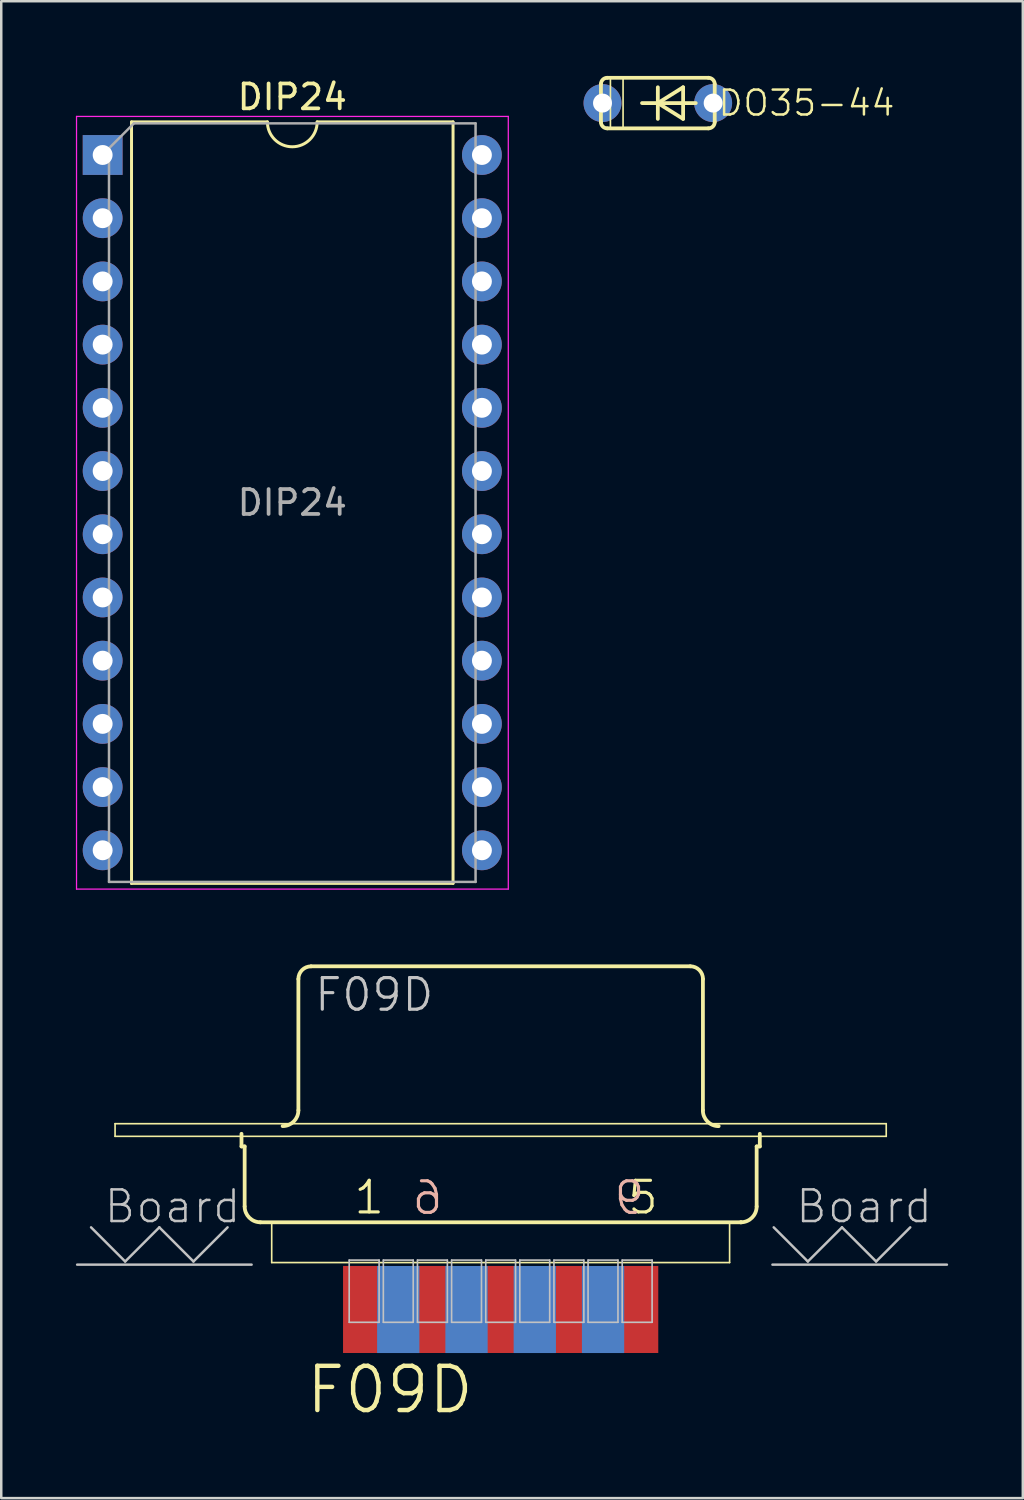
<source format=kicad_pcb>
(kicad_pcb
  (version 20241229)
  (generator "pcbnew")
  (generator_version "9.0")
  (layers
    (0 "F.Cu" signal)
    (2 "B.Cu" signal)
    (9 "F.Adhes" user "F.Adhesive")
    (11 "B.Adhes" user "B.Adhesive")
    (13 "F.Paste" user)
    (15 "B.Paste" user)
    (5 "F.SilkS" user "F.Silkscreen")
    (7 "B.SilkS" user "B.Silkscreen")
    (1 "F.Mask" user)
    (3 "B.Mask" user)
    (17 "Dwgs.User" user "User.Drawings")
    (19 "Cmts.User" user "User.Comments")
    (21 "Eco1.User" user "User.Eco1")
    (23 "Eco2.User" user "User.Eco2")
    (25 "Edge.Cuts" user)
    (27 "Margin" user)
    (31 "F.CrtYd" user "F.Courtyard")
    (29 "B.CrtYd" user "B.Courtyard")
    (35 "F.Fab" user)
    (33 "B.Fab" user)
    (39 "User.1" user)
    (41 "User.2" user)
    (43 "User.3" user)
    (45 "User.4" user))
  (footprint "DO35-44"
    (layer "F.Cu")
    (at 23.384 1.092)
    (property "Reference" "DO35-44" (at 5.973 0 0) (layer "F.SilkS") (effects (font (size 1 1) (thickness 0.1))))
    (attr exclude_from_pos_files exclude_from_bom)
    (fp_line (start -2.286 -0.762) (end -2.286 0.762) (stroke (width 0.152) (type solid)) (layer "F.SilkS"))
    (fp_line (start -2.286 0.254) (end -2.286 -0.254) (stroke (width 0.066) (type solid)) (layer "F.SilkS"))
    (fp_line (start -2.032 -1.016) (end 2.032 -1.016) (stroke (width 0.152) (type solid)) (layer "F.SilkS"))
    (fp_line (start -2.032 1.016) (end 2.032 1.016) (stroke (width 0.152) (type solid)) (layer "F.SilkS"))
    (fp_line (start -1.905 -1.016) (end -1.397 -1.016) (stroke (width 0.066) (type solid)) (layer "F.SilkS"))
    (fp_line (start -1.905 1.016) (end -1.905 -1.016) (stroke (width 0.066) (type solid)) (layer "F.SilkS"))
    (fp_line (start -1.905 1.016) (end -1.397 1.016) (stroke (width 0.066) (type solid)) (layer "F.SilkS"))
    (fp_line (start -1.397 1.016) (end -1.397 -1.016) (stroke (width 0.066) (type solid)) (layer "F.SilkS"))
    (fp_line (start -0.635 0) (end 0 0) (stroke (width 0.152) (type solid)) (layer "F.SilkS"))
    (fp_line (start 0 -0.635) (end 0 0) (stroke (width 0.152) (type solid)) (layer "F.SilkS"))
    (fp_line (start 0 0) (end 0 0.635) (stroke (width 0.152) (type solid)) (layer "F.SilkS"))
    (fp_line (start 0 0) (end 1.016 -0.635) (stroke (width 0.152) (type solid)) (layer "F.SilkS"))
    (fp_line (start 0 0) (end 1.524 0) (stroke (width 0.152) (type solid)) (layer "F.SilkS"))
    (fp_line (start 1.016 -0.635) (end 1.016 0.635) (stroke (width 0.152) (type solid)) (layer "F.SilkS"))
    (fp_line (start 1.016 0.635) (end 0 0) (stroke (width 0.152) (type solid)) (layer "F.SilkS"))
    (fp_line (start 2.286 0.254) (end 2.286 -0.254) (stroke (width 0.066) (type solid)) (layer "F.SilkS"))
    (fp_line (start 2.286 0.762) (end 2.286 -0.762) (stroke (width 0.152) (type solid)) (layer "F.SilkS"))
    (fp_arc (start -2.286 -0.762) (mid -2.211605 -0.941605) (end -2.032 -1.016) (stroke (width 0.1524) (type solid)) (layer "F.SilkS"))
    (fp_arc (start -2.032 1.016) (mid -2.211605 0.941605) (end -2.286 0.762) (stroke (width 0.1524) (type solid)) (layer "F.SilkS"))
    (fp_arc (start 2.032 -1.016) (mid 2.211605 -0.941605) (end 2.286 -0.762) (stroke (width 0.1524) (type solid)) (layer "F.SilkS"))
    (fp_arc (start 2.286 0.762) (mid 2.211605 0.941605) (end 2.032 1.016) (stroke (width 0.1524) (type solid)) (layer "F.SilkS"))
    (pad "A" thru_hole circle (at 2.223 0) (size 1.524 1.524) (drill 0.762) (layers "*.Cu" "*.Paste" "*.Mask"))
    (pad "C" thru_hole circle (at -2.223 0) (size 1.524 1.524) (drill 0.762) (layers "*.Cu" "*.Paste" "*.Mask")))
  (footprint "DIP24"
    (layer "F.Cu")
    (at 1.075 3.178)
    (property "Reference" "DIP24" (at 7.62 -2.33 0) (layer "F.SilkS") (effects (font (size 1 1) (thickness 0.15))))
    (attr through_hole)
    (fp_line (start 1.16 -1.33) (end 1.16 29.27) (stroke (width 0.12) (type solid)) (layer "F.SilkS"))
    (fp_line (start 1.16 29.27) (end 14.08 29.27) (stroke (width 0.12) (type solid)) (layer "F.SilkS"))
    (fp_line (start 6.62 -1.33) (end 1.16 -1.33) (stroke (width 0.12) (type solid)) (layer "F.SilkS"))
    (fp_line (start 14.08 -1.33) (end 8.62 -1.33) (stroke (width 0.12) (type solid)) (layer "F.SilkS"))
    (fp_line (start 14.08 29.27) (end 14.08 -1.33) (stroke (width 0.12) (type solid)) (layer "F.SilkS"))
    (fp_arc (start 8.62 -1.33) (mid 7.62 -0.33) (end 6.62 -1.33) (stroke (width 0.12) (type solid)) (layer "F.SilkS"))
    (fp_line (start -1.05 -1.55) (end -1.05 29.5) (stroke (width 0.05) (type solid)) (layer "F.CrtYd"))
    (fp_line (start -1.05 29.5) (end 16.3 29.5) (stroke (width 0.05) (type solid)) (layer "F.CrtYd"))
    (fp_line (start 16.3 -1.55) (end -1.05 -1.55) (stroke (width 0.05) (type solid)) (layer "F.CrtYd"))
    (fp_line (start 16.3 29.5) (end 16.3 -1.55) (stroke (width 0.05) (type solid)) (layer "F.CrtYd"))
    (fp_line (start 0.255 -0.27) (end 1.255 -1.27) (stroke (width 0.1) (type solid)) (layer "F.Fab"))
    (fp_line (start 0.255 29.21) (end 0.255 -0.27) (stroke (width 0.1) (type solid)) (layer "F.Fab"))
    (fp_line (start 1.255 -1.27) (end 14.985 -1.27) (stroke (width 0.1) (type solid)) (layer "F.Fab"))
    (fp_line (start 14.985 -1.27) (end 14.985 29.21) (stroke (width 0.1) (type solid)) (layer "F.Fab"))
    (fp_line (start 14.985 29.21) (end 0.255 29.21) (stroke (width 0.1) (type solid)) (layer "F.Fab"))
    (fp_text user "${REFERENCE}" (at 7.62 13.97 0) (layer "F.Fab") (effects (font (size 1 1) (thickness 0.15))))
    (pad "1" thru_hole rect (at 0 0) (size 1.6 1.6) (drill 0.8) (layers "*.Cu" "*.Mask"))
    (pad "2" thru_hole oval (at 0 2.54) (size 1.6 1.6) (drill 0.8) (layers "*.Cu" "*.Mask"))
    (pad "3" thru_hole oval (at 0 5.08) (size 1.6 1.6) (drill 0.8) (layers "*.Cu" "*.Mask"))
    (pad "4" thru_hole oval (at 0 7.62) (size 1.6 1.6) (drill 0.8) (layers "*.Cu" "*.Mask"))
    (pad "5" thru_hole oval (at 0 10.16) (size 1.6 1.6) (drill 0.8) (layers "*.Cu" "*.Mask"))
    (pad "6" thru_hole oval (at 0 12.7) (size 1.6 1.6) (drill 0.8) (layers "*.Cu" "*.Mask"))
    (pad "7" thru_hole oval (at 0 15.24) (size 1.6 1.6) (drill 0.8) (layers "*.Cu" "*.Mask"))
    (pad "8" thru_hole oval (at 0 17.78) (size 1.6 1.6) (drill 0.8) (layers "*.Cu" "*.Mask"))
    (pad "9" thru_hole oval (at 0 20.32) (size 1.6 1.6) (drill 0.8) (layers "*.Cu" "*.Mask"))
    (pad "10" thru_hole oval (at 0 22.86) (size 1.6 1.6) (drill 0.8) (layers "*.Cu" "*.Mask"))
    (pad "11" thru_hole oval (at 0 25.4) (size 1.6 1.6) (drill 0.8) (layers "*.Cu" "*.Mask"))
    (pad "12" thru_hole oval (at 0 27.94) (size 1.6 1.6) (drill 0.8) (layers "*.Cu" "*.Mask"))
    (pad "13" thru_hole oval (at 15.24 27.94) (size 1.6 1.6) (drill 0.8) (layers "*.Cu" "*.Mask"))
    (pad "14" thru_hole oval (at 15.24 25.4) (size 1.6 1.6) (drill 0.8) (layers "*.Cu" "*.Mask"))
    (pad "15" thru_hole oval (at 15.24 22.86) (size 1.6 1.6) (drill 0.8) (layers "*.Cu" "*.Mask"))
    (pad "16" thru_hole oval (at 15.24 20.32) (size 1.6 1.6) (drill 0.8) (layers "*.Cu" "*.Mask"))
    (pad "17" thru_hole oval (at 15.24 17.78) (size 1.6 1.6) (drill 0.8) (layers "*.Cu" "*.Mask"))
    (pad "18" thru_hole oval (at 15.24 15.24) (size 1.6 1.6) (drill 0.8) (layers "*.Cu" "*.Mask"))
    (pad "19" thru_hole oval (at 15.24 12.7) (size 1.6 1.6) (drill 0.8) (layers "*.Cu" "*.Mask"))
    (pad "20" thru_hole oval (at 15.24 10.16) (size 1.6 1.6) (drill 0.8) (layers "*.Cu" "*.Mask"))
    (pad "21" thru_hole oval (at 15.24 7.62) (size 1.6 1.6) (drill 0.8) (layers "*.Cu" "*.Mask"))
    (pad "22" thru_hole oval (at 15.24 5.08) (size 1.6 1.6) (drill 0.8) (layers "*.Cu" "*.Mask"))
    (pad "23" thru_hole oval (at 15.24 2.54) (size 1.6 1.6) (drill 0.8) (layers "*.Cu" "*.Mask"))
    (pad "24" thru_hole oval (at 15.24 0) (size 1.6 1.6) (drill 0.8) (layers "*.Cu" "*.Mask")))
  (footprint "F09D"
    (layer "F.Cu")
    (at 17.068 43.526)
    (property "Reference" "F09D" (at -4.445 9.271 0) (layer "F.SilkS") (effects (font (size 1.778 1.778) (thickness 0.178))))
    (attr smd)
    (fp_line (start -15.494 -1.422) (end 15.494 -1.422) (stroke (width 0.066) (type solid)) (layer "F.SilkS"))
    (fp_line (start -15.494 -0.914) (end -15.494 -1.422) (stroke (width 0.066) (type solid)) (layer "F.SilkS"))
    (fp_line (start -15.494 -0.914) (end 15.494 -0.914) (stroke (width 0.066) (type solid)) (layer "F.SilkS"))
    (fp_line (start -10.414 -0.508) (end -10.414 -1.016) (stroke (width 0.152) (type solid)) (layer "F.SilkS"))
    (fp_line (start -10.414 -0.508) (end -10.287 -0.508) (stroke (width 0.152) (type solid)) (layer "F.SilkS"))
    (fp_line (start -10.287 1.905) (end -10.287 -0.508) (stroke (width 0.152) (type solid)) (layer "F.SilkS"))
    (fp_line (start -9.67 2.54) (end 9.652 2.54) (stroke (width 0.152) (type solid)) (layer "F.SilkS"))
    (fp_line (start -9.2 2.558) (end 9.2 2.558) (stroke (width 0.066) (type solid)) (layer "F.SilkS"))
    (fp_line (start -9.2 4.158) (end -9.2 2.558) (stroke (width 0.066) (type solid)) (layer "F.SilkS"))
    (fp_line (start -9.2 4.158) (end 9.2 4.158) (stroke (width 0.066) (type solid)) (layer "F.SilkS"))
    (fp_line (start -8.128 -1.958) (end -8.128 -7.236) (stroke (width 0.152) (type solid)) (layer "F.SilkS"))
    (fp_line (start -7.62 -7.747) (end 7.62 -7.747) (stroke (width 0.152) (type solid)) (layer "F.SilkS"))
    (fp_line (start 8.128 -1.958) (end 8.128 -7.236) (stroke (width 0.152) (type solid)) (layer "F.SilkS"))
    (fp_line (start 9.2 4.158) (end 9.2 2.558) (stroke (width 0.066) (type solid)) (layer "F.SilkS"))
    (fp_line (start 9.652 2.54) (end 9.67 2.54) (stroke (width 0.152) (type solid)) (layer "F.SilkS"))
    (fp_line (start 10.287 -0.508) (end 10.414 -0.508) (stroke (width 0.152) (type solid)) (layer "F.SilkS"))
    (fp_line (start 10.287 1.905) (end 10.287 -0.508) (stroke (width 0.152) (type solid)) (layer "F.SilkS"))
    (fp_line (start 10.414 -0.508) (end 10.414 -1.016) (stroke (width 0.152) (type solid)) (layer "F.SilkS"))
    (fp_line (start 15.494 -0.914) (end 15.494 -1.422) (stroke (width 0.066) (type solid)) (layer "F.SilkS"))
    (fp_arc (start -9.652 2.54) (mid -10.101013 2.354013) (end -10.287 1.905) (stroke (width 0.1524) (type solid)) (layer "F.SilkS"))
    (fp_arc (start -8.128 -7.23646) (mid -7.97921 -7.59567) (end -7.62 -7.74446) (stroke (width 0.1524) (type solid)) (layer "F.SilkS"))
    (fp_arc (start -8.128 -1.95834) (mid -8.313243 -1.511123) (end -8.76046 -1.32588) (stroke (width 0.1524) (type solid)) (layer "F.SilkS"))
    (fp_arc (start 7.62 -7.747) (mid 7.981006 -7.597466) (end 8.13054 -7.23646) (stroke (width 0.1524) (type solid)) (layer "F.SilkS"))
    (fp_arc (start 8.76046 -1.32334) (mid 8.311447 -1.509327) (end 8.12546 -1.95834) (stroke (width 0.1524) (type solid)) (layer "F.SilkS"))
    (fp_arc (start 10.287 1.905) (mid 10.101013 2.354013) (end 9.652 2.54) (stroke (width 0.1524) (type solid)) (layer "F.SilkS"))
    (fp_line (start -17.018 4.242) (end -10.008 4.242) (stroke (width 0.1) (type solid)) (layer "Dwgs.User"))
    (fp_line (start -16.459 2.743) (end -15.088 4.115) (stroke (width 0.1) (type solid)) (layer "Dwgs.User"))
    (fp_line (start -15.088 4.115) (end -13.716 2.743) (stroke (width 0.1) (type solid)) (layer "Dwgs.User"))
    (fp_line (start -13.716 2.743) (end -12.344 4.115) (stroke (width 0.1) (type solid)) (layer "Dwgs.User"))
    (fp_line (start -12.344 4.115) (end -10.973 2.743) (stroke (width 0.1) (type solid)) (layer "Dwgs.User"))
    (fp_line (start -6.086 4.059) (end -4.884 4.059) (stroke (width 0.066) (type solid)) (layer "Dwgs.User"))
    (fp_line (start -6.086 6.558) (end -6.086 4.059) (stroke (width 0.066) (type solid)) (layer "Dwgs.User"))
    (fp_line (start -6.086 6.558) (end -4.884 6.558) (stroke (width 0.066) (type solid)) (layer "Dwgs.User"))
    (fp_line (start -4.884 6.558) (end -4.884 4.059) (stroke (width 0.066) (type solid)) (layer "Dwgs.User"))
    (fp_line (start -4.714 4.059) (end -3.513 4.059) (stroke (width 0.066) (type solid)) (layer "Dwgs.User"))
    (fp_line (start -4.714 6.558) (end -4.714 4.059) (stroke (width 0.066) (type solid)) (layer "Dwgs.User"))
    (fp_line (start -4.714 6.558) (end -3.513 6.558) (stroke (width 0.066) (type solid)) (layer "Dwgs.User"))
    (fp_line (start -3.513 6.558) (end -3.513 4.059) (stroke (width 0.066) (type solid)) (layer "Dwgs.User"))
    (fp_line (start -3.343 4.059) (end -2.141 4.059) (stroke (width 0.066) (type solid)) (layer "Dwgs.User"))
    (fp_line (start -3.343 6.558) (end -3.343 4.059) (stroke (width 0.066) (type solid)) (layer "Dwgs.User"))
    (fp_line (start -3.343 6.558) (end -2.141 6.558) (stroke (width 0.066) (type solid)) (layer "Dwgs.User"))
    (fp_line (start -2.141 6.558) (end -2.141 4.059) (stroke (width 0.066) (type solid)) (layer "Dwgs.User"))
    (fp_line (start -1.971 4.059) (end -0.77 4.059) (stroke (width 0.066) (type solid)) (layer "Dwgs.User"))
    (fp_line (start -1.971 6.558) (end -1.971 4.059) (stroke (width 0.066) (type solid)) (layer "Dwgs.User"))
    (fp_line (start -1.971 6.558) (end -0.77 6.558) (stroke (width 0.066) (type solid)) (layer "Dwgs.User"))
    (fp_line (start -0.77 6.558) (end -0.77 4.059) (stroke (width 0.066) (type solid)) (layer "Dwgs.User"))
    (fp_line (start -0.599 4.059) (end 0.599 4.059) (stroke (width 0.066) (type solid)) (layer "Dwgs.User"))
    (fp_line (start -0.599 6.558) (end -0.599 4.059) (stroke (width 0.066) (type solid)) (layer "Dwgs.User"))
    (fp_line (start -0.599 6.558) (end 0.599 6.558) (stroke (width 0.066) (type solid)) (layer "Dwgs.User"))
    (fp_line (start 0.599 6.558) (end 0.599 4.059) (stroke (width 0.066) (type solid)) (layer "Dwgs.User"))
    (fp_line (start 0.77 4.059) (end 1.971 4.059) (stroke (width 0.066) (type solid)) (layer "Dwgs.User"))
    (fp_line (start 0.77 6.558) (end 0.77 4.059) (stroke (width 0.066) (type solid)) (layer "Dwgs.User"))
    (fp_line (start 0.77 6.558) (end 1.971 6.558) (stroke (width 0.066) (type solid)) (layer "Dwgs.User"))
    (fp_line (start 1.971 6.558) (end 1.971 4.059) (stroke (width 0.066) (type solid)) (layer "Dwgs.User"))
    (fp_line (start 2.141 4.059) (end 3.343 4.059) (stroke (width 0.066) (type solid)) (layer "Dwgs.User"))
    (fp_line (start 2.141 6.558) (end 2.141 4.059) (stroke (width 0.066) (type solid)) (layer "Dwgs.User"))
    (fp_line (start 2.141 6.558) (end 3.343 6.558) (stroke (width 0.066) (type solid)) (layer "Dwgs.User"))
    (fp_line (start 3.343 6.558) (end 3.343 4.059) (stroke (width 0.066) (type solid)) (layer "Dwgs.User"))
    (fp_line (start 3.513 4.059) (end 4.714 4.059) (stroke (width 0.066) (type solid)) (layer "Dwgs.User"))
    (fp_line (start 3.513 6.558) (end 3.513 4.059) (stroke (width 0.066) (type solid)) (layer "Dwgs.User"))
    (fp_line (start 3.513 6.558) (end 4.714 6.558) (stroke (width 0.066) (type solid)) (layer "Dwgs.User"))
    (fp_line (start 4.714 6.558) (end 4.714 4.059) (stroke (width 0.066) (type solid)) (layer "Dwgs.User"))
    (fp_line (start 4.884 4.059) (end 6.086 4.059) (stroke (width 0.066) (type solid)) (layer "Dwgs.User"))
    (fp_line (start 4.884 6.558) (end 4.884 4.059) (stroke (width 0.066) (type solid)) (layer "Dwgs.User"))
    (fp_line (start 4.884 6.558) (end 6.086 6.558) (stroke (width 0.066) (type solid)) (layer "Dwgs.User"))
    (fp_line (start 6.086 6.558) (end 6.086 4.059) (stroke (width 0.066) (type solid)) (layer "Dwgs.User"))
    (fp_line (start 10.922 4.242) (end 17.932 4.242) (stroke (width 0.1) (type solid)) (layer "Dwgs.User"))
    (fp_line (start 10.973 2.743) (end 12.344 4.115) (stroke (width 0.1) (type solid)) (layer "Dwgs.User"))
    (fp_line (start 12.344 4.115) (end 13.716 2.743) (stroke (width 0.1) (type solid)) (layer "Dwgs.User"))
    (fp_line (start 13.716 2.743) (end 15.088 4.115) (stroke (width 0.1) (type solid)) (layer "Dwgs.User"))
    (fp_line (start 15.088 4.115) (end 16.459 2.743) (stroke (width 0.1) (type solid)) (layer "Dwgs.User"))
    (fp_text user "1" (at -5.283 1.542 0) (layer "F.SilkS") (effects (font (size 1.27 1.27) (thickness 0.127))))
    (fp_text user "5" (at 5.718 1.542 0) (layer "F.SilkS") (effects (font (size 1.27 1.27) (thickness 0.127))))
    (fp_text user "9" (at 5.177 1.56 0) (layer "B.SilkS") (effects (font (size 1.27 1.27) (thickness 0.127)) (justify mirror)))
    (fp_text user "6" (at -2.941 1.56 0) (layer "B.SilkS") (effects (font (size 1.27 1.27) (thickness 0.127)) (justify mirror)))
    (fp_text user "Board" (at 14.605 1.905 0) (layer "Dwgs.User") (effects (font (size 1.27 1.27) (thickness 0.102))))
    (fp_text user "Board " (at -12.7 1.905 0) (layer "Dwgs.User") (effects (font (size 1.27 1.27) (thickness 0.102))))
    (fp_text user "F09D" (at -5.08 -6.604 0) (layer "Dwgs.User") (effects (font (size 1.27 1.27) (thickness 0.127))))
    (pad "1" smd rect (at -5.484 6.043) (size 1.699 3.498) (layers "F.Cu" "F.Mask" "F.Paste"))
    (pad "2" smd rect (at -2.743 6.043) (size 1.699 3.498) (layers "F.Cu" "F.Mask" "F.Paste"))
    (pad "3" smd rect (at 0 6.043) (size 1.699 3.498) (layers "F.Cu" "F.Mask" "F.Paste"))
    (pad "4" smd rect (at 2.743 6.043) (size 1.699 3.498) (layers "F.Cu" "F.Mask" "F.Paste"))
    (pad "5" smd rect (at 5.484 6.043) (size 1.699 3.498) (layers "F.Cu" "F.Mask" "F.Paste"))
    (pad "6" smd rect (at -4.115 6.045) (size 1.699 3.498) (layers "B.Cu" "B.Mask"))
    (pad "7" smd rect (at -1.372 6.045) (size 1.699 3.498) (layers "B.Cu" "B.Mask"))
    (pad "8" smd rect (at 1.372 6.045) (size 1.699 3.498) (layers "B.Cu" "B.Mask"))
    (pad "9" smd rect (at 4.115 6.045) (size 1.699 3.498) (layers "B.Cu" "B.Mask")))
  (gr_rect
    (start -3 -3)
    (end 38.05 57.15)
    (stroke (width 0.1) (type default))
    (fill no)
    (layer "Edge.Cuts")))
</source>
